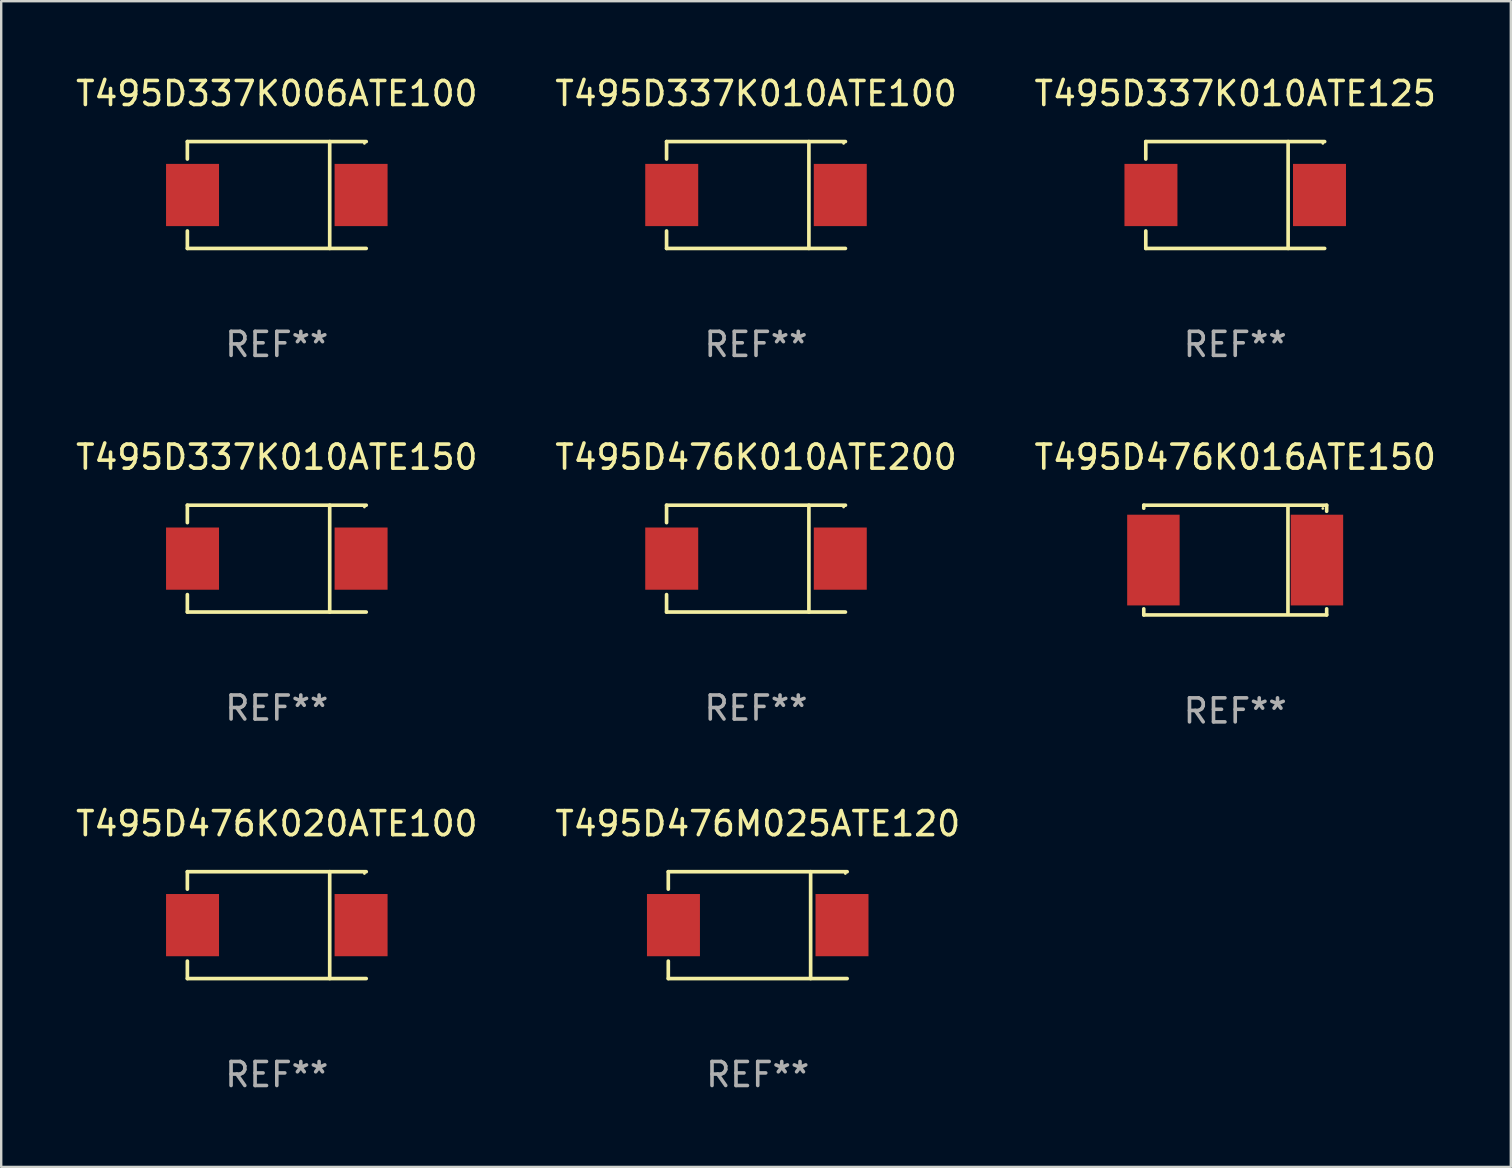
<source format=kicad_pcb>
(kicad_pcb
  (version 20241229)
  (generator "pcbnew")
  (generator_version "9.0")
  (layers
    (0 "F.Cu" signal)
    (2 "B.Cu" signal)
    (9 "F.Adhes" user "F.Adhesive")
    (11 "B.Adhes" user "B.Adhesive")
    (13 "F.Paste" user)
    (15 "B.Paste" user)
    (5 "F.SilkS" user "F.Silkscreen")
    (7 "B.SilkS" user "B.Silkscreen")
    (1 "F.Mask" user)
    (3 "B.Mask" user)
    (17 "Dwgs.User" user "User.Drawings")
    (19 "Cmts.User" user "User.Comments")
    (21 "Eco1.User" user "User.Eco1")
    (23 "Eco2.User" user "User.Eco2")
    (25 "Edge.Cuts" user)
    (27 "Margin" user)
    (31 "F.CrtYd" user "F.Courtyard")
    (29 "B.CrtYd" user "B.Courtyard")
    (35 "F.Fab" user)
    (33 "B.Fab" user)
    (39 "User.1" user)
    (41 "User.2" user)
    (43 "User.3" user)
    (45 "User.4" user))
  (footprint "T495D476K010ATE200"
    (layer "F.Cu")
    (at 28.446 20.223)
    (property "Reference" "T495D476K010ATE200" (at 0 -4.226 0) (layer "F.SilkS") (effects (font (size 1 1) (thickness 0.15))))
    (attr through_hole)
    (fp_line (start -3.726 -2.226) (end -3.726 -1.499) (stroke (width 0.152) (type solid)) (layer "F.SilkS"))
    (fp_line (start -3.726 -2.226) (end 3.726 -2.226) (stroke (width 0.152) (type solid)) (layer "F.SilkS"))
    (fp_line (start -3.726 2.226) (end -3.726 1.499) (stroke (width 0.152) (type solid)) (layer "F.SilkS"))
    (fp_line (start -3.726 2.226) (end 3.726 2.226) (stroke (width 0.152) (type solid)) (layer "F.SilkS"))
    (fp_line (start 2.204 -2.226) (end 2.204 2.226) (stroke (width 0.152) (type solid)) (layer "F.SilkS"))
    (fp_circle (center 3.65 -2.15) (end 3.68 -2.15) (stroke (width 0.06) (type solid)) (fill no) (layer "F.SilkS"))
    (fp_text user "REF**" (at 0 6.226 0) (layer "F.Fab") (effects (font (size 1 1) (thickness 0.15))))
    (pad "1" smd rect (at 3.511 0) (size 2.207 2.592) (layers "F.Cu" "F.Mask" "F.Paste"))
    (pad "2" smd rect (at -3.511 0) (size 2.207 2.592) (layers "F.Cu" "F.Mask" "F.Paste")))
  (footprint "T495D337K010ATE100"
    (layer "F.Cu")
    (at 28.446 5.074)
    (property "Reference" "T495D337K010ATE100" (at 0 -4.226 0) (layer "F.SilkS") (effects (font (size 1 1) (thickness 0.15))))
    (attr through_hole)
    (fp_line (start -3.726 -2.226) (end -3.726 -1.499) (stroke (width 0.152) (type solid)) (layer "F.SilkS"))
    (fp_line (start -3.726 -2.226) (end 3.726 -2.226) (stroke (width 0.152) (type solid)) (layer "F.SilkS"))
    (fp_line (start -3.726 2.226) (end -3.726 1.499) (stroke (width 0.152) (type solid)) (layer "F.SilkS"))
    (fp_line (start -3.726 2.226) (end 3.726 2.226) (stroke (width 0.152) (type solid)) (layer "F.SilkS"))
    (fp_line (start 2.204 -2.226) (end 2.204 2.226) (stroke (width 0.152) (type solid)) (layer "F.SilkS"))
    (fp_circle (center 3.65 -2.15) (end 3.68 -2.15) (stroke (width 0.06) (type solid)) (fill no) (layer "F.SilkS"))
    (fp_text user "REF**" (at 0 6.226 0) (layer "F.Fab") (effects (font (size 1 1) (thickness 0.15))))
    (pad "1" smd rect (at 3.511 0) (size 2.207 2.592) (layers "F.Cu" "F.Mask" "F.Paste"))
    (pad "2" smd rect (at -3.511 0) (size 2.207 2.592) (layers "F.Cu" "F.Mask" "F.Paste")))
  (footprint "T495D476K020ATE100"
    (layer "F.Cu")
    (at 8.482 35.492)
    (property "Reference" "T495D476K020ATE100" (at 0 -4.226 0) (layer "F.SilkS") (effects (font (size 1 1) (thickness 0.15))))
    (attr through_hole)
    (fp_line (start -3.726 -2.226) (end -3.726 -1.499) (stroke (width 0.152) (type solid)) (layer "F.SilkS"))
    (fp_line (start -3.726 -2.226) (end 3.726 -2.226) (stroke (width 0.152) (type solid)) (layer "F.SilkS"))
    (fp_line (start -3.726 2.226) (end -3.726 1.499) (stroke (width 0.152) (type solid)) (layer "F.SilkS"))
    (fp_line (start -3.726 2.226) (end 3.726 2.226) (stroke (width 0.152) (type solid)) (layer "F.SilkS"))
    (fp_line (start 2.204 -2.226) (end 2.204 2.226) (stroke (width 0.152) (type solid)) (layer "F.SilkS"))
    (fp_circle (center 3.65 -2.15) (end 3.68 -2.15) (stroke (width 0.06) (type solid)) (fill no) (layer "F.SilkS"))
    (fp_text user "REF**" (at 0 6.226 0) (layer "F.Fab") (effects (font (size 1 1) (thickness 0.15))))
    (pad "1" smd rect (at 3.511 0) (size 2.207 2.592) (layers "F.Cu" "F.Mask" "F.Paste"))
    (pad "2" smd rect (at -3.511 0) (size 2.207 2.592) (layers "F.Cu" "F.Mask" "F.Paste")))
  (footprint "T495D337K010ATE125"
    (layer "F.Cu")
    (at 48.411 5.074)
    (property "Reference" "T495D337K010ATE125" (at 0 -4.226 0) (layer "F.SilkS") (effects (font (size 1 1) (thickness 0.15))))
    (attr through_hole)
    (fp_line (start -3.726 -2.226) (end -3.726 -1.499) (stroke (width 0.152) (type solid)) (layer "F.SilkS"))
    (fp_line (start -3.726 -2.226) (end 3.726 -2.226) (stroke (width 0.152) (type solid)) (layer "F.SilkS"))
    (fp_line (start -3.726 2.226) (end -3.726 1.499) (stroke (width 0.152) (type solid)) (layer "F.SilkS"))
    (fp_line (start -3.726 2.226) (end 3.726 2.226) (stroke (width 0.152) (type solid)) (layer "F.SilkS"))
    (fp_line (start 2.204 -2.226) (end 2.204 2.226) (stroke (width 0.152) (type solid)) (layer "F.SilkS"))
    (fp_circle (center 3.65 -2.15) (end 3.68 -2.15) (stroke (width 0.06) (type solid)) (fill no) (layer "F.SilkS"))
    (fp_text user "REF**" (at 0 6.226 0) (layer "F.Fab") (effects (font (size 1 1) (thickness 0.15))))
    (pad "1" smd rect (at 3.511 0) (size 2.207 2.592) (layers "F.Cu" "F.Mask" "F.Paste"))
    (pad "2" smd rect (at -3.511 0) (size 2.207 2.592) (layers "F.Cu" "F.Mask" "F.Paste")))
  (footprint "T495D476K016ATE150"
    (layer "F.Cu")
    (at 48.411 20.283)
    (property "Reference" "T495D476K016ATE150" (at 0 -4.286 0) (layer "F.SilkS") (effects (font (size 1 1) (thickness 0.15))))
    (attr through_hole)
    (fp_line (start -3.81 -2.286) (end -3.81 -2.159) (stroke (width 0.15) (type solid)) (layer "F.SilkS"))
    (fp_line (start -3.81 2.032) (end -3.81 2.286) (stroke (width 0.15) (type solid)) (layer "F.SilkS"))
    (fp_line (start -3.81 2.286) (end 3.81 2.286) (stroke (width 0.15) (type solid)) (layer "F.SilkS"))
    (fp_line (start 2.197 -2.226) (end 2.197 2.226) (stroke (width 0.152) (type solid)) (layer "F.SilkS"))
    (fp_line (start 3.81 -2.286) (end -3.81 -2.286) (stroke (width 0.15) (type solid)) (layer "F.SilkS"))
    (fp_line (start 3.81 -2.032) (end 3.81 -2.286) (stroke (width 0.15) (type solid)) (layer "F.SilkS"))
    (fp_line (start 3.81 2.286) (end 3.81 2.032) (stroke (width 0.15) (type solid)) (layer "F.SilkS"))
    (fp_circle (center 3.65 -2.15) (end 3.68 -2.15) (stroke (width 0.06) (type solid)) (fill no) (layer "F.SilkS"))
    (fp_text user "REF**" (at 0 6.286 0) (layer "F.Fab") (effects (font (size 1 1) (thickness 0.15))))
    (pad "1" smd rect (at 3.404 0 180) (size 2.185 3.78) (layers "F.Cu" "F.Mask" "F.Paste"))
    (pad "2" smd rect (at -3.409 0 180) (size 2.185 3.78) (layers "F.Cu" "F.Mask" "F.Paste")))
  (footprint "T495D337K010ATE150"
    (layer "F.Cu")
    (at 8.482 20.223)
    (property "Reference" "T495D337K010ATE150" (at 0 -4.226 0) (layer "F.SilkS") (effects (font (size 1 1) (thickness 0.15))))
    (attr through_hole)
    (fp_line (start -3.726 -2.226) (end -3.726 -1.499) (stroke (width 0.152) (type solid)) (layer "F.SilkS"))
    (fp_line (start -3.726 -2.226) (end 3.726 -2.226) (stroke (width 0.152) (type solid)) (layer "F.SilkS"))
    (fp_line (start -3.726 2.226) (end -3.726 1.499) (stroke (width 0.152) (type solid)) (layer "F.SilkS"))
    (fp_line (start -3.726 2.226) (end 3.726 2.226) (stroke (width 0.152) (type solid)) (layer "F.SilkS"))
    (fp_line (start 2.204 -2.226) (end 2.204 2.226) (stroke (width 0.152) (type solid)) (layer "F.SilkS"))
    (fp_circle (center 3.65 -2.15) (end 3.68 -2.15) (stroke (width 0.06) (type solid)) (fill no) (layer "F.SilkS"))
    (fp_text user "REF**" (at 0 6.226 0) (layer "F.Fab") (effects (font (size 1 1) (thickness 0.15))))
    (pad "1" smd rect (at 3.511 0) (size 2.207 2.592) (layers "F.Cu" "F.Mask" "F.Paste"))
    (pad "2" smd rect (at -3.511 0) (size 2.207 2.592) (layers "F.Cu" "F.Mask" "F.Paste")))
  (footprint "T495D476M025ATE120"
    (layer "F.Cu")
    (at 28.518 35.492)
    (property "Reference" "T495D476M025ATE120" (at 0 -4.226 0) (layer "F.SilkS") (effects (font (size 1 1) (thickness 0.15))))
    (attr through_hole)
    (fp_line (start -3.726 -2.226) (end -3.726 -1.499) (stroke (width 0.152) (type solid)) (layer "F.SilkS"))
    (fp_line (start -3.726 -2.226) (end 3.726 -2.226) (stroke (width 0.152) (type solid)) (layer "F.SilkS"))
    (fp_line (start -3.726 2.226) (end -3.726 1.499) (stroke (width 0.152) (type solid)) (layer "F.SilkS"))
    (fp_line (start -3.726 2.226) (end 3.726 2.226) (stroke (width 0.152) (type solid)) (layer "F.SilkS"))
    (fp_line (start 2.204 -2.226) (end 2.204 2.226) (stroke (width 0.152) (type solid)) (layer "F.SilkS"))
    (fp_circle (center 3.65 -2.15) (end 3.68 -2.15) (stroke (width 0.06) (type solid)) (fill no) (layer "F.SilkS"))
    (fp_text user "REF**" (at 0 6.226 0) (layer "F.Fab") (effects (font (size 1 1) (thickness 0.15))))
    (pad "1" smd rect (at 3.511 0) (size 2.207 2.592) (layers "F.Cu" "F.Mask" "F.Paste"))
    (pad "2" smd rect (at -3.511 0) (size 2.207 2.592) (layers "F.Cu" "F.Mask" "F.Paste")))
  (footprint "T495D337K006ATE100"
    (layer "F.Cu")
    (at 8.482 5.074)
    (property "Reference" "T495D337K006ATE100" (at 0 -4.226 0) (layer "F.SilkS") (effects (font (size 1 1) (thickness 0.15))))
    (attr through_hole)
    (fp_line (start -3.726 -2.226) (end -3.726 -1.499) (stroke (width 0.152) (type solid)) (layer "F.SilkS"))
    (fp_line (start -3.726 -2.226) (end 3.726 -2.226) (stroke (width 0.152) (type solid)) (layer "F.SilkS"))
    (fp_line (start -3.726 2.226) (end -3.726 1.499) (stroke (width 0.152) (type solid)) (layer "F.SilkS"))
    (fp_line (start -3.726 2.226) (end 3.726 2.226) (stroke (width 0.152) (type solid)) (layer "F.SilkS"))
    (fp_line (start 2.204 -2.226) (end 2.204 2.226) (stroke (width 0.152) (type solid)) (layer "F.SilkS"))
    (fp_circle (center 3.65 -2.15) (end 3.68 -2.15) (stroke (width 0.06) (type solid)) (fill no) (layer "F.SilkS"))
    (fp_text user "REF**" (at 0 6.226 0) (layer "F.Fab") (effects (font (size 1 1) (thickness 0.15))))
    (pad "1" smd rect (at 3.511 0) (size 2.207 2.592) (layers "F.Cu" "F.Mask" "F.Paste"))
    (pad "2" smd rect (at -3.511 0) (size 2.207 2.592) (layers "F.Cu" "F.Mask" "F.Paste")))
  (gr_rect
    (start -3 -3)
    (end 59.893 45.566)
    (stroke (width 0.1) (type default))
    (fill no)
    (layer "Edge.Cuts")))
</source>
